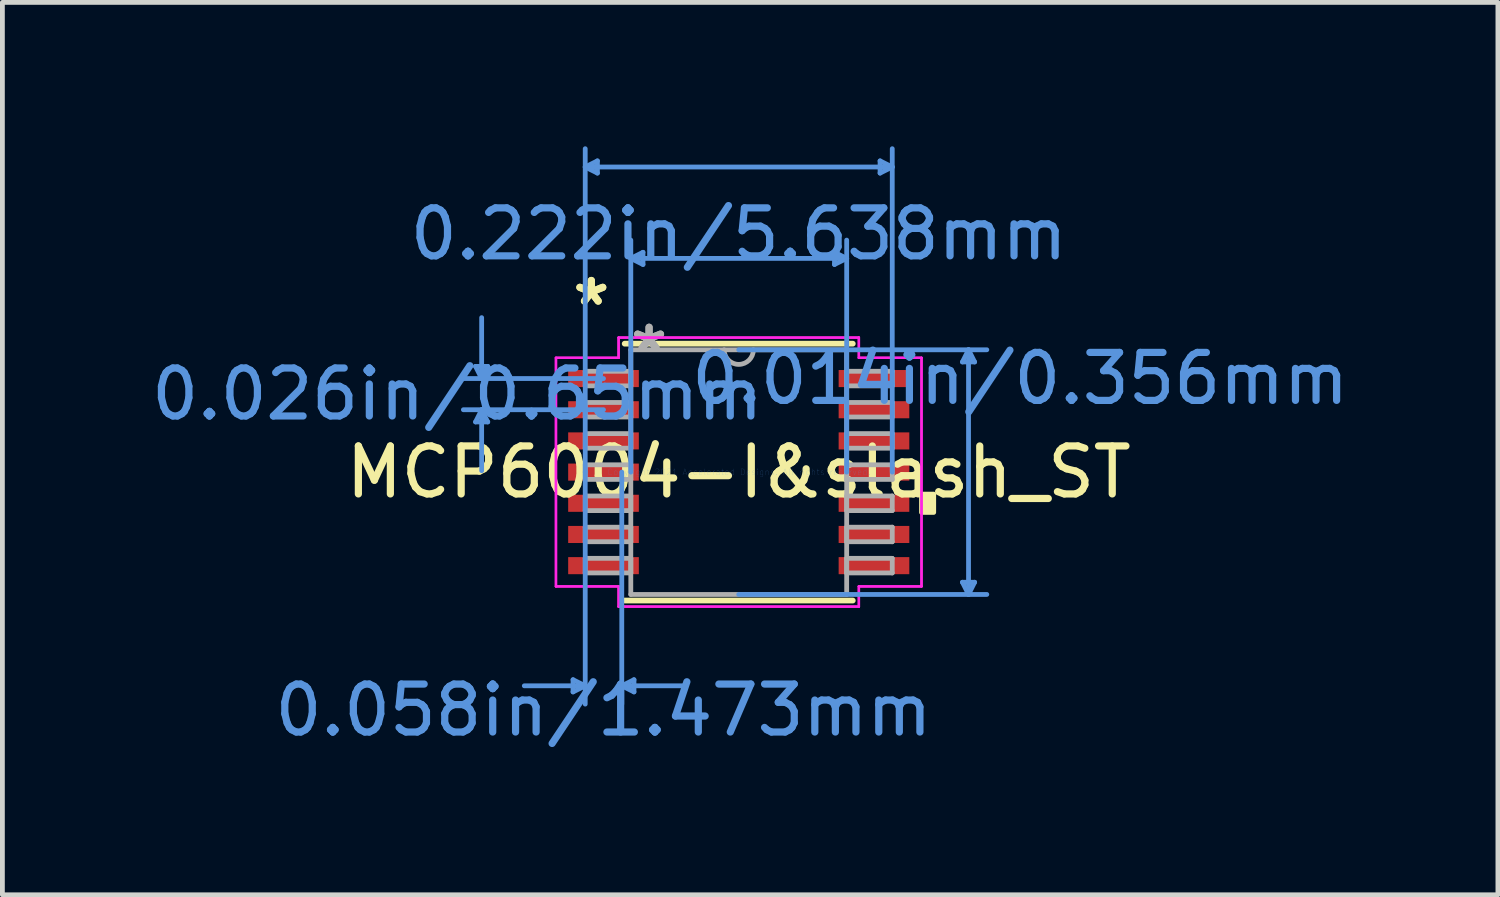
<source format=kicad_pcb>
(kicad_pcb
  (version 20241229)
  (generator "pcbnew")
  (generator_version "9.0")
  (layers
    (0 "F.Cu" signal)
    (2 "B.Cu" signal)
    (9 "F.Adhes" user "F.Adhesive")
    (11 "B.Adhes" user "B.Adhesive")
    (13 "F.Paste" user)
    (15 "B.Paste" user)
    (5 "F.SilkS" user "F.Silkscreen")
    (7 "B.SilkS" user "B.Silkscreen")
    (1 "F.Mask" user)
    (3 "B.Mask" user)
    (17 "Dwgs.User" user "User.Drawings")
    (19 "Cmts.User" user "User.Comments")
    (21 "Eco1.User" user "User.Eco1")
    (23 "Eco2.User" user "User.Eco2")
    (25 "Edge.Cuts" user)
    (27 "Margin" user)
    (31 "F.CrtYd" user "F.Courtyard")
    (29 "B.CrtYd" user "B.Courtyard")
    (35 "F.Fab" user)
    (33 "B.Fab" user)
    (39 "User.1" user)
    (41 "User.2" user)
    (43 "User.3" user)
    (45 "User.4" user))
  (footprint "MCP6004-I&slash_ST"
    (layer "F.Cu")
    (at 12.349 6.791)
    (property "Reference" "MCP6004-I&slash_ST" (at 0 0 0) (layer "F.SilkS") (effects (font (size 1 1) (thickness 0.15))))
    (attr through_hole)
    (fp_line (start -2.377 2.677) (end 2.377 2.677) (stroke (width 0.12) (type solid)) (layer "F.SilkS"))
    (fp_line (start 2.377 -2.677) (end -2.377 -2.677) (stroke (width 0.12) (type solid)) (layer "F.SilkS"))
    (fp_poly (pts (xy 4.064 0.459) (xy 4.064 0.84) (xy 3.81 0.84) (xy 3.81 0.459)) (stroke (width 0.1) (type solid)) (fill yes) (layer "F.SilkS"))
    (fp_line (start -5.486 -2.204) (end -5.232 -2.204) (stroke (width 0.1) (type solid)) (layer "Cmts.User"))
    (fp_line (start -5.486 -1.046) (end -5.232 -1.046) (stroke (width 0.1) (type solid)) (layer "Cmts.User"))
    (fp_line (start -5.359 -1.95) (end -5.486 -2.204) (stroke (width 0.1) (type solid)) (layer "Cmts.User"))
    (fp_line (start -5.359 -1.95) (end -5.359 -3.22) (stroke (width 0.1) (type solid)) (layer "Cmts.User"))
    (fp_line (start -5.359 -1.95) (end -5.232 -2.204) (stroke (width 0.1) (type solid)) (layer "Cmts.User"))
    (fp_line (start -5.359 -1.3) (end -5.486 -1.046) (stroke (width 0.1) (type solid)) (layer "Cmts.User"))
    (fp_line (start -5.359 -1.3) (end -5.359 -0.03) (stroke (width 0.1) (type solid)) (layer "Cmts.User"))
    (fp_line (start -5.359 -1.3) (end -5.232 -1.046) (stroke (width 0.1) (type solid)) (layer "Cmts.User"))
    (fp_line (start -3.454 4.328) (end -3.454 4.582) (stroke (width 0.1) (type solid)) (layer "Cmts.User"))
    (fp_line (start -3.2 -6.36) (end -2.946 -6.487) (stroke (width 0.1) (type solid)) (layer "Cmts.User"))
    (fp_line (start -3.2 -6.36) (end -2.946 -6.233) (stroke (width 0.1) (type solid)) (layer "Cmts.User"))
    (fp_line (start -3.2 -6.36) (end 3.2 -6.36) (stroke (width 0.1) (type solid)) (layer "Cmts.User"))
    (fp_line (start -3.2 0) (end -3.2 -6.741) (stroke (width 0.1) (type solid)) (layer "Cmts.User"))
    (fp_line (start -3.2 0) (end -3.2 4.836) (stroke (width 0.1) (type solid)) (layer "Cmts.User"))
    (fp_line (start -3.2 4.455) (end -4.47 4.455) (stroke (width 0.1) (type solid)) (layer "Cmts.User"))
    (fp_line (start -3.2 4.455) (end -3.454 4.328) (stroke (width 0.1) (type solid)) (layer "Cmts.User"))
    (fp_line (start -3.2 4.455) (end -3.454 4.582) (stroke (width 0.1) (type solid)) (layer "Cmts.User"))
    (fp_line (start -2.946 -6.487) (end -2.946 -6.233) (stroke (width 0.1) (type solid)) (layer "Cmts.User"))
    (fp_line (start -2.819 -1.95) (end -5.74 -1.95) (stroke (width 0.1) (type solid)) (layer "Cmts.User"))
    (fp_line (start -2.819 -1.3) (end -5.74 -1.3) (stroke (width 0.1) (type solid)) (layer "Cmts.User"))
    (fp_line (start -2.438 0) (end -2.438 4.836) (stroke (width 0.1) (type solid)) (layer "Cmts.User"))
    (fp_line (start -2.438 4.455) (end -2.184 4.328) (stroke (width 0.1) (type solid)) (layer "Cmts.User"))
    (fp_line (start -2.438 4.455) (end -2.184 4.582) (stroke (width 0.1) (type solid)) (layer "Cmts.User"))
    (fp_line (start -2.438 4.455) (end -1.168 4.455) (stroke (width 0.1) (type solid)) (layer "Cmts.User"))
    (fp_line (start -2.25 -4.455) (end -1.996 -4.582) (stroke (width 0.1) (type solid)) (layer "Cmts.User"))
    (fp_line (start -2.25 -4.455) (end -1.996 -4.328) (stroke (width 0.1) (type solid)) (layer "Cmts.User"))
    (fp_line (start -2.25 -4.455) (end 2.25 -4.455) (stroke (width 0.1) (type solid)) (layer "Cmts.User"))
    (fp_line (start -2.25 0) (end -2.25 -4.836) (stroke (width 0.1) (type solid)) (layer "Cmts.User"))
    (fp_line (start -2.184 4.328) (end -2.184 4.582) (stroke (width 0.1) (type solid)) (layer "Cmts.User"))
    (fp_line (start -1.996 -4.582) (end -1.996 -4.328) (stroke (width 0.1) (type solid)) (layer "Cmts.User"))
    (fp_line (start 0 -2.55) (end 5.171 -2.55) (stroke (width 0.1) (type solid)) (layer "Cmts.User"))
    (fp_line (start 0 2.55) (end 5.171 2.55) (stroke (width 0.1) (type solid)) (layer "Cmts.User"))
    (fp_line (start 1.996 -4.582) (end 1.996 -4.328) (stroke (width 0.1) (type solid)) (layer "Cmts.User"))
    (fp_line (start 2.25 -4.455) (end 1.996 -4.582) (stroke (width 0.1) (type solid)) (layer "Cmts.User"))
    (fp_line (start 2.25 -4.455) (end 1.996 -4.328) (stroke (width 0.1) (type solid)) (layer "Cmts.User"))
    (fp_line (start 2.25 0) (end 2.25 -4.836) (stroke (width 0.1) (type solid)) (layer "Cmts.User"))
    (fp_line (start 2.946 -6.487) (end 2.946 -6.233) (stroke (width 0.1) (type solid)) (layer "Cmts.User"))
    (fp_line (start 3.2 -6.36) (end 2.946 -6.487) (stroke (width 0.1) (type solid)) (layer "Cmts.User"))
    (fp_line (start 3.2 -6.36) (end 2.946 -6.233) (stroke (width 0.1) (type solid)) (layer "Cmts.User"))
    (fp_line (start 3.2 0) (end 3.2 -6.741) (stroke (width 0.1) (type solid)) (layer "Cmts.User"))
    (fp_line (start 4.663 -2.296) (end 4.917 -2.296) (stroke (width 0.1) (type solid)) (layer "Cmts.User"))
    (fp_line (start 4.663 2.296) (end 4.917 2.296) (stroke (width 0.1) (type solid)) (layer "Cmts.User"))
    (fp_line (start 4.79 -2.55) (end 4.663 -2.296) (stroke (width 0.1) (type solid)) (layer "Cmts.User"))
    (fp_line (start 4.79 -2.55) (end 4.79 2.55) (stroke (width 0.1) (type solid)) (layer "Cmts.User"))
    (fp_line (start 4.79 -2.55) (end 4.917 -2.296) (stroke (width 0.1) (type solid)) (layer "Cmts.User"))
    (fp_line (start 4.79 2.55) (end 4.663 2.296) (stroke (width 0.1) (type solid)) (layer "Cmts.User"))
    (fp_line (start 4.79 2.55) (end 4.917 2.296) (stroke (width 0.1) (type solid)) (layer "Cmts.User"))
    (fp_line (start -3.81 -2.382) (end -2.504 -2.382) (stroke (width 0.05) (type solid)) (layer "F.CrtYd"))
    (fp_line (start -3.81 -2.382) (end -2.504 -2.382) (stroke (width 0.05) (type solid)) (layer "F.CrtYd"))
    (fp_line (start -3.81 2.382) (end -3.81 -2.382) (stroke (width 0.05) (type solid)) (layer "F.CrtYd"))
    (fp_line (start -3.81 2.382) (end -3.81 -2.382) (stroke (width 0.05) (type solid)) (layer "F.CrtYd"))
    (fp_line (start -3.81 2.382) (end -2.504 2.382) (stroke (width 0.05) (type solid)) (layer "F.CrtYd"))
    (fp_line (start -2.504 -2.804) (end 2.504 -2.804) (stroke (width 0.05) (type solid)) (layer "F.CrtYd"))
    (fp_line (start -2.504 -2.804) (end 2.504 -2.804) (stroke (width 0.05) (type solid)) (layer "F.CrtYd"))
    (fp_line (start -2.504 -2.382) (end -2.504 -2.804) (stroke (width 0.05) (type solid)) (layer "F.CrtYd"))
    (fp_line (start -2.504 -2.382) (end -2.504 -2.804) (stroke (width 0.05) (type solid)) (layer "F.CrtYd"))
    (fp_line (start -2.504 2.382) (end -3.81 2.382) (stroke (width 0.05) (type solid)) (layer "F.CrtYd"))
    (fp_line (start -2.504 2.804) (end -2.504 2.382) (stroke (width 0.05) (type solid)) (layer "F.CrtYd"))
    (fp_line (start -2.504 2.804) (end -2.504 2.382) (stroke (width 0.05) (type solid)) (layer "F.CrtYd"))
    (fp_line (start 2.504 -2.804) (end 2.504 -2.382) (stroke (width 0.05) (type solid)) (layer "F.CrtYd"))
    (fp_line (start 2.504 -2.804) (end 2.504 -2.382) (stroke (width 0.05) (type solid)) (layer "F.CrtYd"))
    (fp_line (start 2.504 -2.382) (end 3.81 -2.382) (stroke (width 0.05) (type solid)) (layer "F.CrtYd"))
    (fp_line (start 2.504 2.382) (end 2.504 2.804) (stroke (width 0.05) (type solid)) (layer "F.CrtYd"))
    (fp_line (start 2.504 2.382) (end 2.504 2.804) (stroke (width 0.05) (type solid)) (layer "F.CrtYd"))
    (fp_line (start 2.504 2.804) (end -2.504 2.804) (stroke (width 0.05) (type solid)) (layer "F.CrtYd"))
    (fp_line (start 2.504 2.804) (end -2.504 2.804) (stroke (width 0.05) (type solid)) (layer "F.CrtYd"))
    (fp_line (start 3.81 -2.382) (end 2.504 -2.382) (stroke (width 0.05) (type solid)) (layer "F.CrtYd"))
    (fp_line (start 3.81 -2.382) (end 3.81 2.382) (stroke (width 0.05) (type solid)) (layer "F.CrtYd"))
    (fp_line (start 3.81 -2.382) (end 3.81 2.382) (stroke (width 0.05) (type solid)) (layer "F.CrtYd"))
    (fp_line (start 3.81 2.382) (end 2.504 2.382) (stroke (width 0.05) (type solid)) (layer "F.CrtYd"))
    (fp_line (start 3.81 2.382) (end 2.504 2.382) (stroke (width 0.05) (type solid)) (layer "F.CrtYd"))
    (fp_line (start -3.2 -2.102) (end -3.2 -1.798) (stroke (width 0.1) (type solid)) (layer "F.Fab"))
    (fp_line (start -3.2 -1.798) (end -2.25 -1.798) (stroke (width 0.1) (type solid)) (layer "F.Fab"))
    (fp_line (start -3.2 -1.452) (end -3.2 -1.148) (stroke (width 0.1) (type solid)) (layer "F.Fab"))
    (fp_line (start -3.2 -1.148) (end -2.25 -1.148) (stroke (width 0.1) (type solid)) (layer "F.Fab"))
    (fp_line (start -3.2 -0.802) (end -3.2 -0.498) (stroke (width 0.1) (type solid)) (layer "F.Fab"))
    (fp_line (start -3.2 -0.498) (end -2.25 -0.498) (stroke (width 0.1) (type solid)) (layer "F.Fab"))
    (fp_line (start -3.2 -0.152) (end -3.2 0.152) (stroke (width 0.1) (type solid)) (layer "F.Fab"))
    (fp_line (start -3.2 0.152) (end -2.25 0.152) (stroke (width 0.1) (type solid)) (layer "F.Fab"))
    (fp_line (start -3.2 0.498) (end -3.2 0.802) (stroke (width 0.1) (type solid)) (layer "F.Fab"))
    (fp_line (start -3.2 0.802) (end -2.25 0.802) (stroke (width 0.1) (type solid)) (layer "F.Fab"))
    (fp_line (start -3.2 1.148) (end -3.2 1.452) (stroke (width 0.1) (type solid)) (layer "F.Fab"))
    (fp_line (start -3.2 1.452) (end -2.25 1.452) (stroke (width 0.1) (type solid)) (layer "F.Fab"))
    (fp_line (start -3.2 1.798) (end -3.2 2.102) (stroke (width 0.1) (type solid)) (layer "F.Fab"))
    (fp_line (start -3.2 2.102) (end -2.25 2.102) (stroke (width 0.1) (type solid)) (layer "F.Fab"))
    (fp_line (start -2.25 -2.55) (end -2.25 2.55) (stroke (width 0.1) (type solid)) (layer "F.Fab"))
    (fp_line (start -2.25 -2.102) (end -3.2 -2.102) (stroke (width 0.1) (type solid)) (layer "F.Fab"))
    (fp_line (start -2.25 -1.798) (end -2.25 -2.102) (stroke (width 0.1) (type solid)) (layer "F.Fab"))
    (fp_line (start -2.25 -1.452) (end -3.2 -1.452) (stroke (width 0.1) (type solid)) (layer "F.Fab"))
    (fp_line (start -2.25 -1.148) (end -2.25 -1.452) (stroke (width 0.1) (type solid)) (layer "F.Fab"))
    (fp_line (start -2.25 -0.802) (end -3.2 -0.802) (stroke (width 0.1) (type solid)) (layer "F.Fab"))
    (fp_line (start -2.25 -0.498) (end -2.25 -0.802) (stroke (width 0.1) (type solid)) (layer "F.Fab"))
    (fp_line (start -2.25 -0.152) (end -3.2 -0.152) (stroke (width 0.1) (type solid)) (layer "F.Fab"))
    (fp_line (start -2.25 0.152) (end -2.25 -0.152) (stroke (width 0.1) (type solid)) (layer "F.Fab"))
    (fp_line (start -2.25 0.498) (end -3.2 0.498) (stroke (width 0.1) (type solid)) (layer "F.Fab"))
    (fp_line (start -2.25 0.802) (end -2.25 0.498) (stroke (width 0.1) (type solid)) (layer "F.Fab"))
    (fp_line (start -2.25 1.148) (end -3.2 1.148) (stroke (width 0.1) (type solid)) (layer "F.Fab"))
    (fp_line (start -2.25 1.452) (end -2.25 1.148) (stroke (width 0.1) (type solid)) (layer "F.Fab"))
    (fp_line (start -2.25 1.798) (end -3.2 1.798) (stroke (width 0.1) (type solid)) (layer "F.Fab"))
    (fp_line (start -2.25 2.102) (end -2.25 1.798) (stroke (width 0.1) (type solid)) (layer "F.Fab"))
    (fp_line (start -2.25 2.55) (end 2.25 2.55) (stroke (width 0.1) (type solid)) (layer "F.Fab"))
    (fp_line (start 2.25 -2.55) (end -2.25 -2.55) (stroke (width 0.1) (type solid)) (layer "F.Fab"))
    (fp_line (start 2.25 -2.102) (end 2.25 -1.798) (stroke (width 0.1) (type solid)) (layer "F.Fab"))
    (fp_line (start 2.25 -1.798) (end 3.2 -1.798) (stroke (width 0.1) (type solid)) (layer "F.Fab"))
    (fp_line (start 2.25 -1.452) (end 2.25 -1.148) (stroke (width 0.1) (type solid)) (layer "F.Fab"))
    (fp_line (start 2.25 -1.148) (end 3.2 -1.148) (stroke (width 0.1) (type solid)) (layer "F.Fab"))
    (fp_line (start 2.25 -0.802) (end 2.25 -0.498) (stroke (width 0.1) (type solid)) (layer "F.Fab"))
    (fp_line (start 2.25 -0.498) (end 3.2 -0.498) (stroke (width 0.1) (type solid)) (layer "F.Fab"))
    (fp_line (start 2.25 -0.152) (end 2.25 0.152) (stroke (width 0.1) (type solid)) (layer "F.Fab"))
    (fp_line (start 2.25 0.152) (end 3.2 0.152) (stroke (width 0.1) (type solid)) (layer "F.Fab"))
    (fp_line (start 2.25 0.498) (end 2.25 0.802) (stroke (width 0.1) (type solid)) (layer "F.Fab"))
    (fp_line (start 2.25 0.802) (end 3.2 0.802) (stroke (width 0.1) (type solid)) (layer "F.Fab"))
    (fp_line (start 2.25 1.148) (end 2.25 1.452) (stroke (width 0.1) (type solid)) (layer "F.Fab"))
    (fp_line (start 2.25 1.452) (end 3.2 1.452) (stroke (width 0.1) (type solid)) (layer "F.Fab"))
    (fp_line (start 2.25 1.798) (end 2.25 2.102) (stroke (width 0.1) (type solid)) (layer "F.Fab"))
    (fp_line (start 2.25 2.102) (end 3.2 2.102) (stroke (width 0.1) (type solid)) (layer "F.Fab"))
    (fp_line (start 2.25 2.55) (end 2.25 -2.55) (stroke (width 0.1) (type solid)) (layer "F.Fab"))
    (fp_line (start 3.2 -2.102) (end 2.25 -2.102) (stroke (width 0.1) (type solid)) (layer "F.Fab"))
    (fp_line (start 3.2 -1.798) (end 3.2 -2.102) (stroke (width 0.1) (type solid)) (layer "F.Fab"))
    (fp_line (start 3.2 -1.452) (end 2.25 -1.452) (stroke (width 0.1) (type solid)) (layer "F.Fab"))
    (fp_line (start 3.2 -1.148) (end 3.2 -1.452) (stroke (width 0.1) (type solid)) (layer "F.Fab"))
    (fp_line (start 3.2 -0.802) (end 2.25 -0.802) (stroke (width 0.1) (type solid)) (layer "F.Fab"))
    (fp_line (start 3.2 -0.498) (end 3.2 -0.802) (stroke (width 0.1) (type solid)) (layer "F.Fab"))
    (fp_line (start 3.2 -0.152) (end 2.25 -0.152) (stroke (width 0.1) (type solid)) (layer "F.Fab"))
    (fp_line (start 3.2 0.152) (end 3.2 -0.152) (stroke (width 0.1) (type solid)) (layer "F.Fab"))
    (fp_line (start 3.2 0.498) (end 2.25 0.498) (stroke (width 0.1) (type solid)) (layer "F.Fab"))
    (fp_line (start 3.2 0.802) (end 3.2 0.498) (stroke (width 0.1) (type solid)) (layer "F.Fab"))
    (fp_line (start 3.2 1.148) (end 2.25 1.148) (stroke (width 0.1) (type solid)) (layer "F.Fab"))
    (fp_line (start 3.2 1.452) (end 3.2 1.148) (stroke (width 0.1) (type solid)) (layer "F.Fab"))
    (fp_line (start 3.2 1.798) (end 2.25 1.798) (stroke (width 0.1) (type solid)) (layer "F.Fab"))
    (fp_line (start 3.2 2.102) (end 3.2 1.798) (stroke (width 0.1) (type solid)) (layer "F.Fab"))
    (fp_arc (start 0.3048 -2.55) (mid 0 -2.2452) (end -0.3048 -2.55) (stroke (width 0.1) (type solid)) (layer "F.Fab"))
    (fp_text user "*" (at -3.073 -3.449 0) (layer "F.SilkS") (effects (font (size 1 1) (thickness 0.15))))
    (fp_text user "*" (at -3.073 -3.449 0) (layer "F.SilkS") (effects (font (size 1 1) (thickness 0.15))))
    (fp_text user "Copyright 2021 Accelerated Designs. All rights reserved." (at 0 0 0) (layer "Cmts.User") (effects (font (size 0.127 0.127) (thickness 0.002))))
    (fp_text user "0.222in/5.638mm" (at 0 -4.963 0) (layer "Cmts.User") (effects (font (size 1 1) (thickness 0.15))))
    (fp_text user "0.058in/1.473mm" (at -2.819 4.963 0) (layer "Cmts.User") (effects (font (size 1 1) (thickness 0.15))))
    (fp_text user "0.014in/0.356mm" (at 5.867 -1.95 0) (layer "Cmts.User") (effects (font (size 1 1) (thickness 0.15))))
    (fp_text user "0.026in/0.65mm" (at -5.867 -1.625 0) (layer "Cmts.User") (effects (font (size 1 1) (thickness 0.15))))
    (fp_text user "*" (at -1.869 -2.474 0) (layer "F.Fab") (effects (font (size 1 1) (thickness 0.15))))
    (fp_text user "*" (at -1.869 -2.474 0) (layer "F.Fab") (effects (font (size 1 1) (thickness 0.15))))
    (pad "1" smd rect (at -2.819 -1.95) (size 1.473 0.356) (layers "F.Cu" "F.Mask" "F.Paste"))
    (pad "2" smd rect (at -2.819 -1.3) (size 1.473 0.356) (layers "F.Cu" "F.Mask" "F.Paste"))
    (pad "3" smd rect (at -2.819 -0.65) (size 1.473 0.356) (layers "F.Cu" "F.Mask" "F.Paste"))
    (pad "4" smd rect (at -2.819 0) (size 1.473 0.356) (layers "F.Cu" "F.Mask" "F.Paste"))
    (pad "5" smd rect (at -2.819 0.65) (size 1.473 0.356) (layers "F.Cu" "F.Mask" "F.Paste"))
    (pad "6" smd rect (at -2.819 1.3) (size 1.473 0.356) (layers "F.Cu" "F.Mask" "F.Paste"))
    (pad "7" smd rect (at -2.819 1.95) (size 1.473 0.356) (layers "F.Cu" "F.Mask" "F.Paste"))
    (pad "8" smd rect (at 2.819 1.95) (size 1.473 0.356) (layers "F.Cu" "F.Mask" "F.Paste"))
    (pad "9" smd rect (at 2.819 1.3) (size 1.473 0.356) (layers "F.Cu" "F.Mask" "F.Paste"))
    (pad "10" smd rect (at 2.819 0.65) (size 1.473 0.356) (layers "F.Cu" "F.Mask" "F.Paste"))
    (pad "11" smd rect (at 2.819 0) (size 1.473 0.356) (layers "F.Cu" "F.Mask" "F.Paste"))
    (pad "12" smd rect (at 2.819 -0.65) (size 1.473 0.356) (layers "F.Cu" "F.Mask" "F.Paste"))
    (pad "13" smd rect (at 2.819 -1.3) (size 1.473 0.356) (layers "F.Cu" "F.Mask" "F.Paste"))
    (pad "14" smd rect (at 2.819 -1.95) (size 1.473 0.356) (layers "F.Cu" "F.Mask" "F.Paste")))
  (gr_rect
    (start -3 -3)
    (end 28.174 15.602)
    (stroke (width 0.1) (type default))
    (fill no)
    (layer "Edge.Cuts")))
</source>
